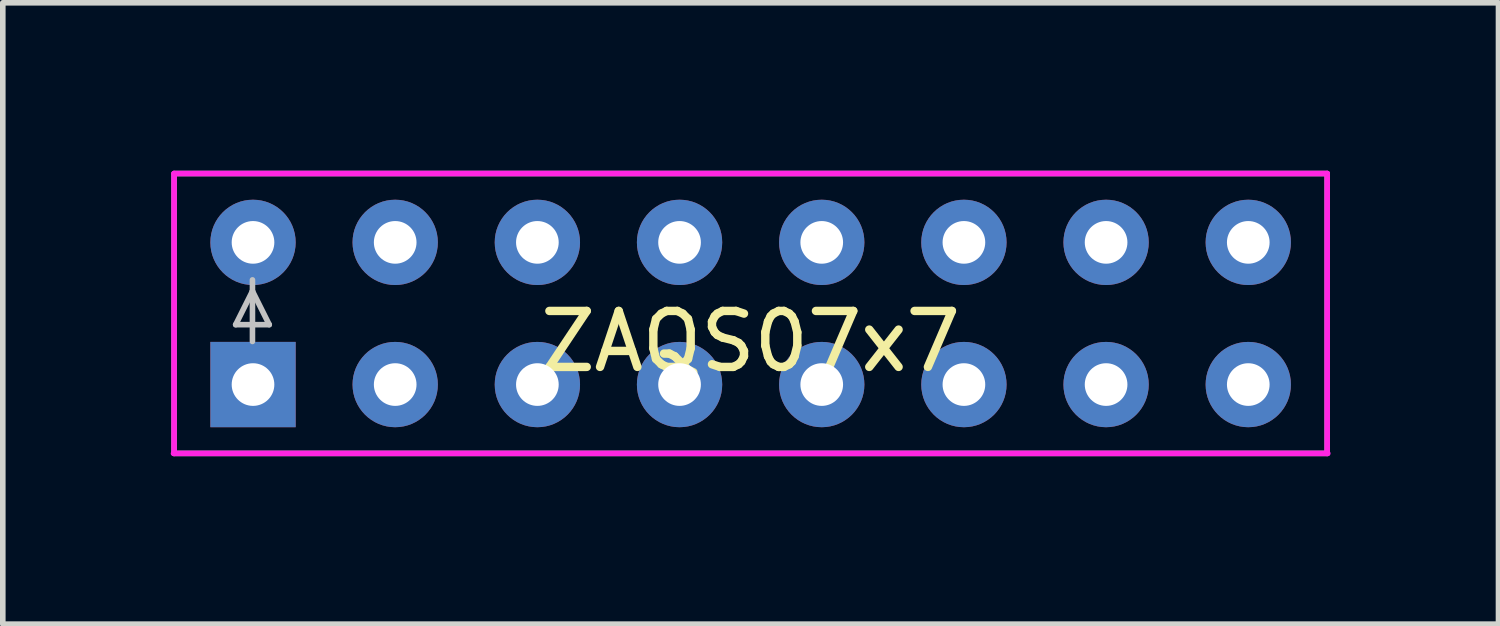
<source format=kicad_pcb>
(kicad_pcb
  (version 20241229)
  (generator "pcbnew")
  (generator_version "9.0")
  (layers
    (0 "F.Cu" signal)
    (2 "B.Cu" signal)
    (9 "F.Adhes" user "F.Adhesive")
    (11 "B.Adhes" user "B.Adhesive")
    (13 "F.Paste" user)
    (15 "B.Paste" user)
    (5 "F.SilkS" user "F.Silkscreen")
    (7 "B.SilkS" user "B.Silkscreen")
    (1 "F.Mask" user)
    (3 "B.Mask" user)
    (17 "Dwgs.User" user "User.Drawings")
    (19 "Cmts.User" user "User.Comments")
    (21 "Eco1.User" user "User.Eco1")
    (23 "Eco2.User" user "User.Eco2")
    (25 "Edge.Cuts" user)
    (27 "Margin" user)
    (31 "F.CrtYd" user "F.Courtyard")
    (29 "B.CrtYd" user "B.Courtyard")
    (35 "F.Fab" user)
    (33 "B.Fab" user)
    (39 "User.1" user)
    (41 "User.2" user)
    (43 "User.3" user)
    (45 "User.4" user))
  (footprint "ZAQS07x7"
    (layer "F.Cu")
    (at 10.36 2.55)
    (property "Reference" "ZAQS07x7" (at 0 0.5 0) (layer "F.SilkS") (effects (font (size 1 1) (thickness 0.15))))
    (attr through_hole)
    (fp_line (start -9.2 0.2) (end -8.6 0.2) (stroke (width 0.1) (type default)) (layer "Dwgs.User"))
    (fp_line (start -8.9 -0.4) (end -9.2 0.2) (stroke (width 0.1) (type default)) (layer "Dwgs.User"))
    (fp_line (start -8.9 -0.4) (end -8.6 0.2) (stroke (width 0.1) (type default)) (layer "Dwgs.User"))
    (fp_line (start -8.9 0.5) (end -8.9 -0.6) (stroke (width 0.1) (type default)) (layer "Dwgs.User"))
    (fp_line (start -10.3 2.5) (end -10.3 -2.5) (stroke (width 0.1) (type solid)) (layer "F.CrtYd"))
    (fp_line (start 10.3 -2.5) (end -10.3 -2.5) (stroke (width 0.1) (type solid)) (layer "F.CrtYd"))
    (fp_line (start 10.3 2.5) (end 10.3 -2.5) (stroke (width 0.1) (type solid)) (layer "F.CrtYd"))
    (fp_line (start 10.31 2.5) (end -10.31 2.5) (stroke (width 0.1) (type solid)) (layer "F.CrtYd"))
    (fp_rect (start -10.3 -2.5) (end 10.3 2.5) (stroke (width 0.1) (type default)) (fill no) (layer "F.Fab"))
    (pad "1" thru_hole rect (at -8.89 1.27) (size 1.524 1.524) (drill 0.762) (layers "*.Cu" "*.Mask"))
    (pad "2" thru_hole circle (at -8.89 -1.27) (size 1.524 1.524) (drill 0.762) (layers "*.Cu" "*.Mask"))
    (pad "3" thru_hole circle (at -6.35 1.27) (size 1.524 1.524) (drill 0.762) (layers "*.Cu" "*.Mask"))
    (pad "4" thru_hole circle (at -6.35 -1.27) (size 1.524 1.524) (drill 0.762) (layers "*.Cu" "*.Mask"))
    (pad "5" thru_hole circle (at -3.81 1.27) (size 1.524 1.524) (drill 0.762) (layers "*.Cu" "*.Mask"))
    (pad "6" thru_hole circle (at -3.81 -1.27) (size 1.524 1.524) (drill 0.762) (layers "*.Cu" "*.Mask"))
    (pad "7" thru_hole circle (at -1.27 1.27) (size 1.524 1.524) (drill 0.762) (layers "*.Cu" "*.Mask"))
    (pad "8" thru_hole circle (at -1.27 -1.27) (size 1.524 1.524) (drill 0.762) (layers "*.Cu" "*.Mask"))
    (pad "9" thru_hole circle (at 1.27 1.27) (size 1.524 1.524) (drill 0.762) (layers "*.Cu" "*.Mask"))
    (pad "10" thru_hole circle (at 1.27 -1.27) (size 1.524 1.524) (drill 0.762) (layers "*.Cu" "*.Mask"))
    (pad "11" thru_hole circle (at 3.81 1.27) (size 1.524 1.524) (drill 0.762) (layers "*.Cu" "*.Mask"))
    (pad "12" thru_hole circle (at 3.81 -1.27) (size 1.524 1.524) (drill 0.762) (layers "*.Cu" "*.Mask"))
    (pad "13" thru_hole circle (at 6.35 1.27) (size 1.524 1.524) (drill 0.762) (layers "*.Cu" "*.Mask"))
    (pad "14" thru_hole circle (at 6.35 -1.27) (size 1.524 1.524) (drill 0.762) (layers "*.Cu" "*.Mask"))
    (pad "15" thru_hole circle (at 8.89 1.27) (size 1.524 1.524) (drill 0.762) (layers "*.Cu" "*.Mask"))
    (pad "16" thru_hole circle (at 8.89 -1.27) (size 1.524 1.524) (drill 0.762) (layers "*.Cu" "*.Mask")))
  (gr_rect
    (start -3 -3)
    (end 23.72 8.1)
    (stroke (width 0.1) (type default))
    (fill no)
    (layer "Edge.Cuts")))
</source>
